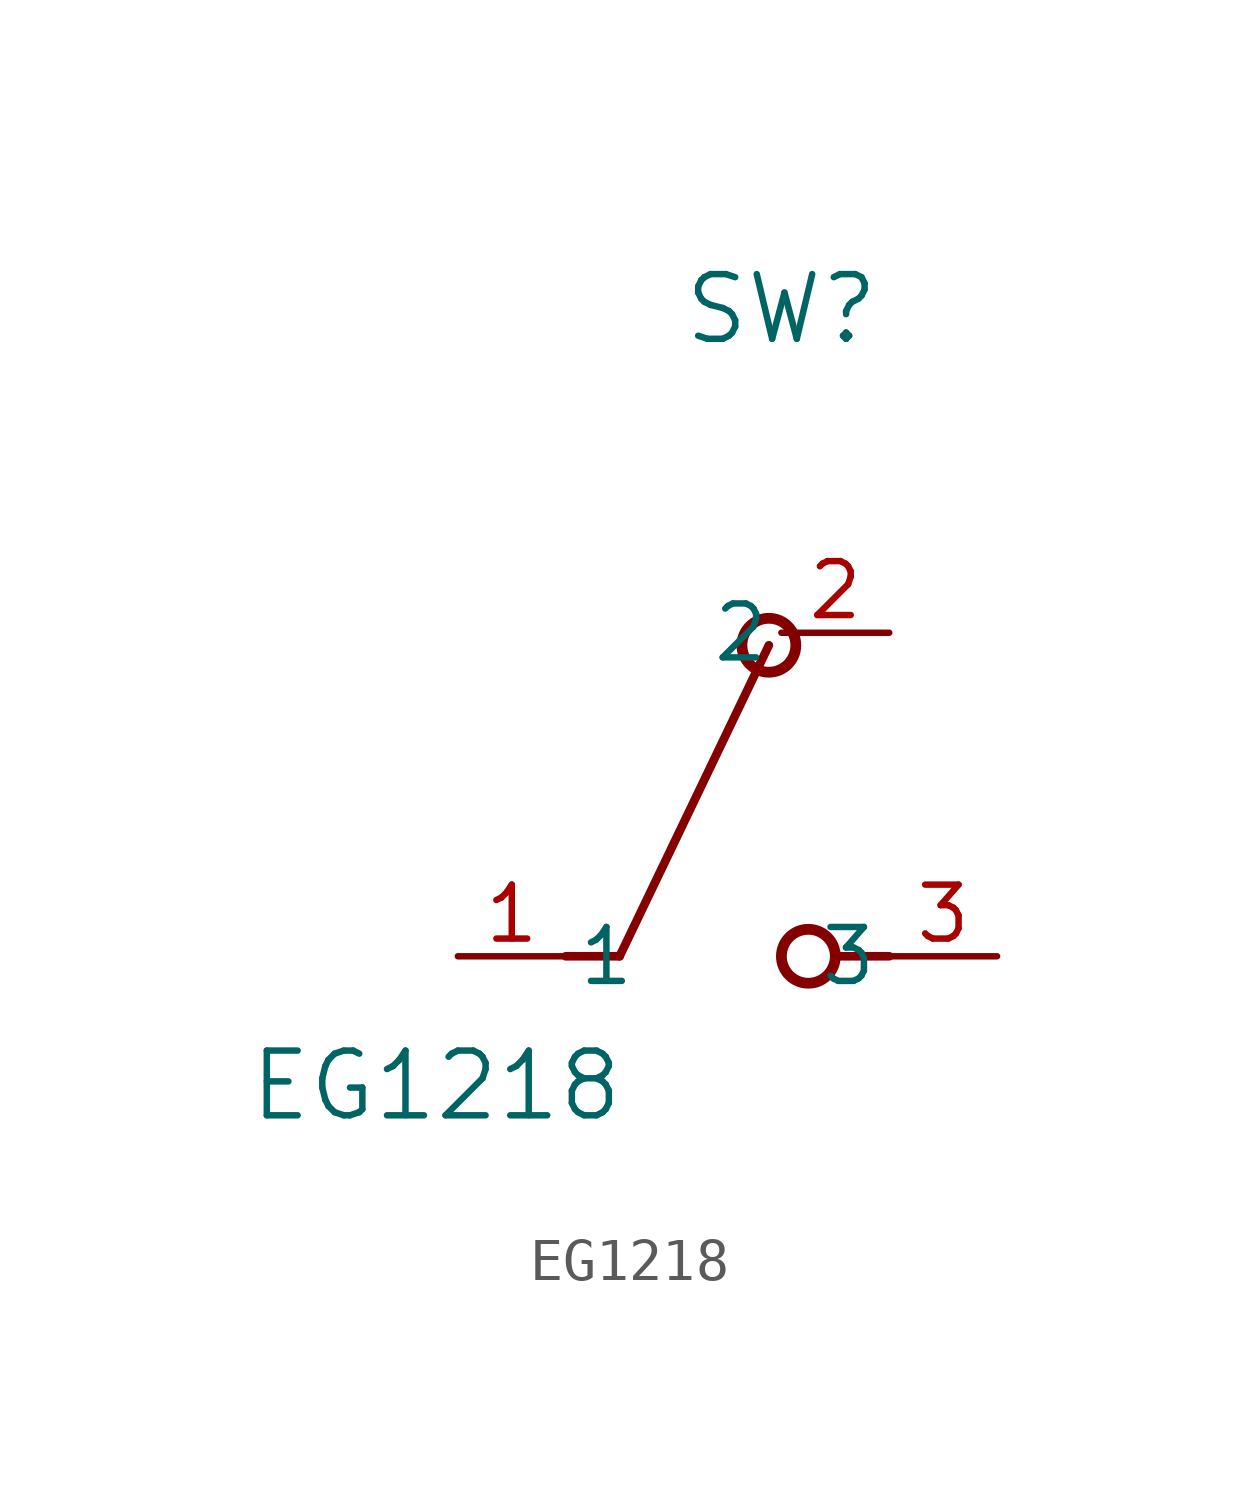
<source format=kicad_sym>
(kicad_symbol_lib
  (version 20231120)
  (generator "kicad_symbol_editor")
  (generator_version "8.0")
  (symbol "EG1218"
    (pin_names
      (offset 0.254))
    (property "Reference" "SW"
      (at 7.62 15.24 0)
      (effects (font (size 1.524 1.524))))
    (property "Value" "EG1218"
      (at -0.508 -3.048 0)
      (effects (font (size 1.524 1.524))))
    (property "ki_locked" ""
      (at 0 0 0)
      (effects (font (size 1.27 1.27))))
    (symbol "EG1218_1_1"
      (polyline (pts (xy 2.54 0) (xy 3.81 0)) (stroke (width 0.203) (type default)) (fill (type none)))
      (polyline (pts (xy 7.325 7.325) (xy 3.81 0)) (stroke (width 0.203) (type default)) (fill (type none)))
      (polyline (pts (xy 10.16 0) (xy 8.89 0)) (stroke (width 0.203) (type default)) (fill (type none)))
      (circle (center 7.325 7.325) (radius 0.635) (stroke (width 0.254) (type default)) (fill (type none)))
      (circle (center 8.255 0) (radius 0.635) (stroke (width 0.254) (type default)) (fill (type none)))
      (pin unspecified line (at 0 0 0) (length 2.54) (name "1" (effects (font (size 1.27 1.27)))) (number "1" (effects (font (size 1.27 1.27)))))
      (pin unspecified line (at 10.16 7.62 180) (length 2.54) (name "2" (effects (font (size 1.27 1.27)))) (number "2" (effects (font (size 1.27 1.27)))))
      (pin unspecified line (at 12.7 0 180) (length 2.54) (name "3" (effects (font (size 1.27 1.27)))) (number "3" (effects (font (size 1.27 1.27))))))))
</source>
